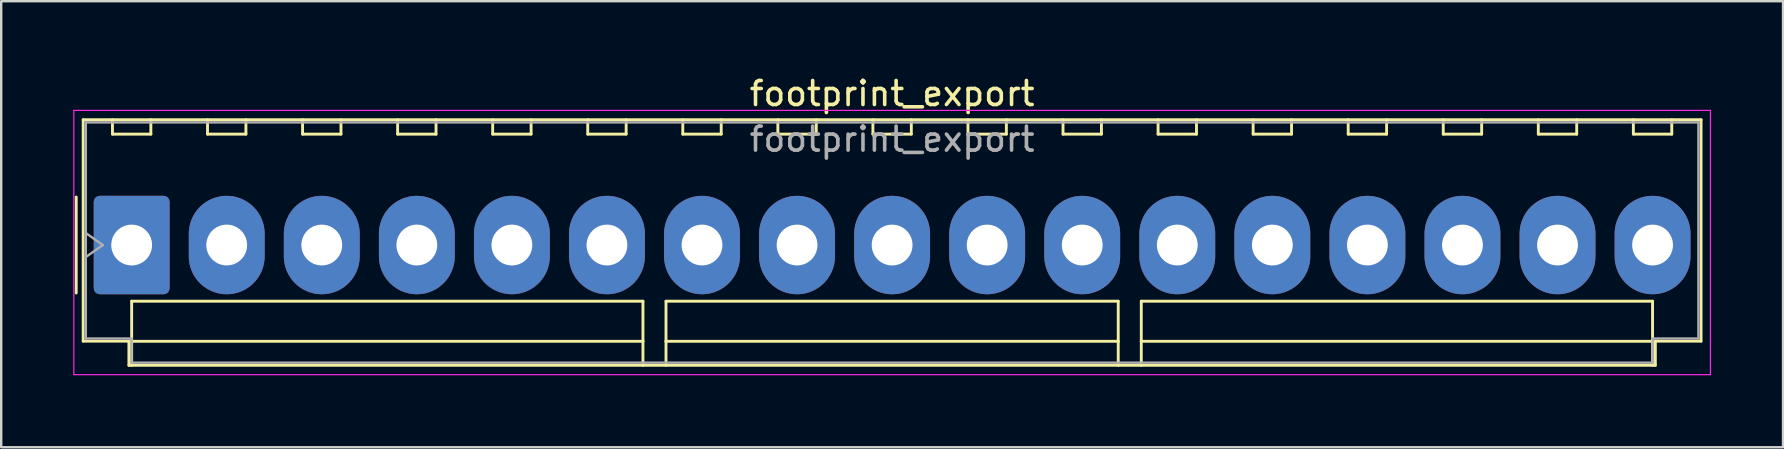
<source format=kicad_pcb>
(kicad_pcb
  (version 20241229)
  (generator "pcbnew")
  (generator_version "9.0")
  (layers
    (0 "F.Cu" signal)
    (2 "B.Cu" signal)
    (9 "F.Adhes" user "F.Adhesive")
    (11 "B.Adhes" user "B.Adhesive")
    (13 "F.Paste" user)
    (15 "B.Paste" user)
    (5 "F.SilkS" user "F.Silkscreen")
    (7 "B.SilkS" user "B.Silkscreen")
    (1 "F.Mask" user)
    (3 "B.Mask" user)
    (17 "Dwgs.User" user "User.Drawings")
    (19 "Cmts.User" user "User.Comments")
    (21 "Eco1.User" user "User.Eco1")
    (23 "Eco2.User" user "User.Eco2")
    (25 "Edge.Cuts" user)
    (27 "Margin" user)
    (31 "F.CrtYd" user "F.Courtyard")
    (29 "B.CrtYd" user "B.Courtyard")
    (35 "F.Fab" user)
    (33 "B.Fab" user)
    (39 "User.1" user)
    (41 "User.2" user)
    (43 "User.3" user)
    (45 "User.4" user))
  (footprint "footprint_export"
    (layer "F.Cu")
    (at 2.435 7.158)
    (property "Reference" "footprint_export" (at 31.68 -6.31 0) (layer "F.SilkS") (effects (font (size 1 1) (thickness 0.15))))
    (attr through_hole)
    (fp_line (start -2.31 -2) (end -2.31 2) (stroke (width 0.12) (type solid)) (layer "F.SilkS"))
    (fp_line (start -2.02 -5.22) (end 65.38 -5.22) (stroke (width 0.12) (type solid)) (layer "F.SilkS"))
    (fp_line (start -2.02 4.005) (end -2.02 -5.22) (stroke (width 0.12) (type solid)) (layer "F.SilkS"))
    (fp_line (start -0.8 -5.22) (end -0.8 -4.62) (stroke (width 0.12) (type solid)) (layer "F.SilkS"))
    (fp_line (start -0.8 -4.62) (end 0.8 -4.62) (stroke (width 0.12) (type solid)) (layer "F.SilkS"))
    (fp_line (start -0.115 4.005) (end -2.02 4.005) (stroke (width 0.12) (type solid)) (layer "F.SilkS"))
    (fp_line (start -0.115 5.01) (end -0.115 4.005) (stroke (width 0.12) (type solid)) (layer "F.SilkS"))
    (fp_line (start 0 2.34) (end 21.3 2.34) (stroke (width 0.12) (type solid)) (layer "F.SilkS"))
    (fp_line (start 0 4.01) (end 0 2.34) (stroke (width 0.12) (type solid)) (layer "F.SilkS"))
    (fp_line (start 0 4.01) (end 21.3 4.01) (stroke (width 0.12) (type solid)) (layer "F.SilkS"))
    (fp_line (start 0 5.01) (end 0 4.01) (stroke (width 0.12) (type solid)) (layer "F.SilkS"))
    (fp_line (start 0.8 -4.62) (end 0.8 -5.22) (stroke (width 0.12) (type solid)) (layer "F.SilkS"))
    (fp_line (start 3.16 -5.22) (end 3.16 -4.62) (stroke (width 0.12) (type solid)) (layer "F.SilkS"))
    (fp_line (start 3.16 -4.62) (end 4.76 -4.62) (stroke (width 0.12) (type solid)) (layer "F.SilkS"))
    (fp_line (start 4.76 -4.62) (end 4.76 -5.22) (stroke (width 0.12) (type solid)) (layer "F.SilkS"))
    (fp_line (start 7.12 -5.22) (end 7.12 -4.62) (stroke (width 0.12) (type solid)) (layer "F.SilkS"))
    (fp_line (start 7.12 -4.62) (end 8.72 -4.62) (stroke (width 0.12) (type solid)) (layer "F.SilkS"))
    (fp_line (start 8.72 -4.62) (end 8.72 -5.22) (stroke (width 0.12) (type solid)) (layer "F.SilkS"))
    (fp_line (start 11.08 -5.22) (end 11.08 -4.62) (stroke (width 0.12) (type solid)) (layer "F.SilkS"))
    (fp_line (start 11.08 -4.62) (end 12.68 -4.62) (stroke (width 0.12) (type solid)) (layer "F.SilkS"))
    (fp_line (start 12.68 -4.62) (end 12.68 -5.22) (stroke (width 0.12) (type solid)) (layer "F.SilkS"))
    (fp_line (start 15.04 -5.22) (end 15.04 -4.62) (stroke (width 0.12) (type solid)) (layer "F.SilkS"))
    (fp_line (start 15.04 -4.62) (end 16.64 -4.62) (stroke (width 0.12) (type solid)) (layer "F.SilkS"))
    (fp_line (start 16.64 -4.62) (end 16.64 -5.22) (stroke (width 0.12) (type solid)) (layer "F.SilkS"))
    (fp_line (start 19 -5.22) (end 19 -4.62) (stroke (width 0.12) (type solid)) (layer "F.SilkS"))
    (fp_line (start 19 -4.62) (end 20.6 -4.62) (stroke (width 0.12) (type solid)) (layer "F.SilkS"))
    (fp_line (start 20.6 -4.62) (end 20.6 -5.22) (stroke (width 0.12) (type solid)) (layer "F.SilkS"))
    (fp_line (start 21.3 2.34) (end 21.3 4.01) (stroke (width 0.12) (type solid)) (layer "F.SilkS"))
    (fp_line (start 21.3 4.01) (end 21.3 5.01) (stroke (width 0.12) (type solid)) (layer "F.SilkS"))
    (fp_line (start 22.26 2.34) (end 41.1 2.34) (stroke (width 0.12) (type solid)) (layer "F.SilkS"))
    (fp_line (start 22.26 4.01) (end 22.26 2.34) (stroke (width 0.12) (type solid)) (layer "F.SilkS"))
    (fp_line (start 22.26 4.01) (end 41.1 4.01) (stroke (width 0.12) (type solid)) (layer "F.SilkS"))
    (fp_line (start 22.26 5.01) (end 22.26 4.01) (stroke (width 0.12) (type solid)) (layer "F.SilkS"))
    (fp_line (start 22.96 -5.22) (end 22.96 -4.62) (stroke (width 0.12) (type solid)) (layer "F.SilkS"))
    (fp_line (start 22.96 -4.62) (end 24.56 -4.62) (stroke (width 0.12) (type solid)) (layer "F.SilkS"))
    (fp_line (start 24.56 -4.62) (end 24.56 -5.22) (stroke (width 0.12) (type solid)) (layer "F.SilkS"))
    (fp_line (start 26.92 -5.22) (end 26.92 -4.62) (stroke (width 0.12) (type solid)) (layer "F.SilkS"))
    (fp_line (start 26.92 -4.62) (end 28.52 -4.62) (stroke (width 0.12) (type solid)) (layer "F.SilkS"))
    (fp_line (start 28.52 -4.62) (end 28.52 -5.22) (stroke (width 0.12) (type solid)) (layer "F.SilkS"))
    (fp_line (start 30.88 -5.22) (end 30.88 -4.62) (stroke (width 0.12) (type solid)) (layer "F.SilkS"))
    (fp_line (start 30.88 -4.62) (end 32.48 -4.62) (stroke (width 0.12) (type solid)) (layer "F.SilkS"))
    (fp_line (start 32.48 -4.62) (end 32.48 -5.22) (stroke (width 0.12) (type solid)) (layer "F.SilkS"))
    (fp_line (start 34.84 -5.22) (end 34.84 -4.62) (stroke (width 0.12) (type solid)) (layer "F.SilkS"))
    (fp_line (start 34.84 -4.62) (end 36.44 -4.62) (stroke (width 0.12) (type solid)) (layer "F.SilkS"))
    (fp_line (start 36.44 -4.62) (end 36.44 -5.22) (stroke (width 0.12) (type solid)) (layer "F.SilkS"))
    (fp_line (start 38.8 -5.22) (end 38.8 -4.62) (stroke (width 0.12) (type solid)) (layer "F.SilkS"))
    (fp_line (start 38.8 -4.62) (end 40.4 -4.62) (stroke (width 0.12) (type solid)) (layer "F.SilkS"))
    (fp_line (start 40.4 -4.62) (end 40.4 -5.22) (stroke (width 0.12) (type solid)) (layer "F.SilkS"))
    (fp_line (start 41.1 2.34) (end 41.1 4.01) (stroke (width 0.12) (type solid)) (layer "F.SilkS"))
    (fp_line (start 41.1 4.01) (end 41.1 5.01) (stroke (width 0.12) (type solid)) (layer "F.SilkS"))
    (fp_line (start 42.06 2.34) (end 63.36 2.34) (stroke (width 0.12) (type solid)) (layer "F.SilkS"))
    (fp_line (start 42.06 4.01) (end 42.06 2.34) (stroke (width 0.12) (type solid)) (layer "F.SilkS"))
    (fp_line (start 42.06 4.01) (end 63.36 4.01) (stroke (width 0.12) (type solid)) (layer "F.SilkS"))
    (fp_line (start 42.06 5.01) (end 42.06 4.01) (stroke (width 0.12) (type solid)) (layer "F.SilkS"))
    (fp_line (start 42.76 -5.22) (end 42.76 -4.62) (stroke (width 0.12) (type solid)) (layer "F.SilkS"))
    (fp_line (start 42.76 -4.62) (end 44.36 -4.62) (stroke (width 0.12) (type solid)) (layer "F.SilkS"))
    (fp_line (start 44.36 -4.62) (end 44.36 -5.22) (stroke (width 0.12) (type solid)) (layer "F.SilkS"))
    (fp_line (start 46.72 -5.22) (end 46.72 -4.62) (stroke (width 0.12) (type solid)) (layer "F.SilkS"))
    (fp_line (start 46.72 -4.62) (end 48.32 -4.62) (stroke (width 0.12) (type solid)) (layer "F.SilkS"))
    (fp_line (start 48.32 -4.62) (end 48.32 -5.22) (stroke (width 0.12) (type solid)) (layer "F.SilkS"))
    (fp_line (start 50.68 -5.22) (end 50.68 -4.62) (stroke (width 0.12) (type solid)) (layer "F.SilkS"))
    (fp_line (start 50.68 -4.62) (end 52.28 -4.62) (stroke (width 0.12) (type solid)) (layer "F.SilkS"))
    (fp_line (start 52.28 -4.62) (end 52.28 -5.22) (stroke (width 0.12) (type solid)) (layer "F.SilkS"))
    (fp_line (start 54.64 -5.22) (end 54.64 -4.62) (stroke (width 0.12) (type solid)) (layer "F.SilkS"))
    (fp_line (start 54.64 -4.62) (end 56.24 -4.62) (stroke (width 0.12) (type solid)) (layer "F.SilkS"))
    (fp_line (start 56.24 -4.62) (end 56.24 -5.22) (stroke (width 0.12) (type solid)) (layer "F.SilkS"))
    (fp_line (start 58.6 -5.22) (end 58.6 -4.62) (stroke (width 0.12) (type solid)) (layer "F.SilkS"))
    (fp_line (start 58.6 -4.62) (end 60.2 -4.62) (stroke (width 0.12) (type solid)) (layer "F.SilkS"))
    (fp_line (start 60.2 -4.62) (end 60.2 -5.22) (stroke (width 0.12) (type solid)) (layer "F.SilkS"))
    (fp_line (start 62.56 -5.22) (end 62.56 -4.62) (stroke (width 0.12) (type solid)) (layer "F.SilkS"))
    (fp_line (start 62.56 -4.62) (end 64.16 -4.62) (stroke (width 0.12) (type solid)) (layer "F.SilkS"))
    (fp_line (start 63.36 2.34) (end 63.36 4.01) (stroke (width 0.12) (type solid)) (layer "F.SilkS"))
    (fp_line (start 63.36 4.01) (end 63.36 5.01) (stroke (width 0.12) (type solid)) (layer "F.SilkS"))
    (fp_line (start 63.475 4.005) (end 63.475 5.01) (stroke (width 0.12) (type solid)) (layer "F.SilkS"))
    (fp_line (start 63.475 5.01) (end -0.115 5.01) (stroke (width 0.12) (type solid)) (layer "F.SilkS"))
    (fp_line (start 64.16 -4.62) (end 64.16 -5.22) (stroke (width 0.12) (type solid)) (layer "F.SilkS"))
    (fp_line (start 65.38 -5.22) (end 65.38 4.005) (stroke (width 0.12) (type solid)) (layer "F.SilkS"))
    (fp_line (start 65.38 4.005) (end 63.475 4.005) (stroke (width 0.12) (type solid)) (layer "F.SilkS"))
    (fp_line (start -2.41 -5.61) (end -2.41 5.4) (stroke (width 0.05) (type solid)) (layer "F.CrtYd"))
    (fp_line (start -2.41 5.4) (end 65.77 5.4) (stroke (width 0.05) (type solid)) (layer "F.CrtYd"))
    (fp_line (start 65.77 -5.61) (end -2.41 -5.61) (stroke (width 0.05) (type solid)) (layer "F.CrtYd"))
    (fp_line (start 65.77 5.4) (end 65.77 -5.61) (stroke (width 0.05) (type solid)) (layer "F.CrtYd"))
    (fp_line (start -1.91 -5.11) (end 65.27 -5.11) (stroke (width 0.1) (type solid)) (layer "F.Fab"))
    (fp_line (start -1.91 -0.5) (end -1.203 0) (stroke (width 0.1) (type solid)) (layer "F.Fab"))
    (fp_line (start -1.91 3.895) (end -1.91 -5.11) (stroke (width 0.1) (type solid)) (layer "F.Fab"))
    (fp_line (start -1.203 0) (end -1.91 0.5) (stroke (width 0.1) (type solid)) (layer "F.Fab"))
    (fp_line (start -0.005 3.895) (end -1.91 3.895) (stroke (width 0.1) (type solid)) (layer "F.Fab"))
    (fp_line (start -0.005 4.9) (end -0.005 3.895) (stroke (width 0.1) (type solid)) (layer "F.Fab"))
    (fp_line (start 63.365 3.895) (end 63.365 4.9) (stroke (width 0.1) (type solid)) (layer "F.Fab"))
    (fp_line (start 63.365 4.9) (end -0.005 4.9) (stroke (width 0.1) (type solid)) (layer "F.Fab"))
    (fp_line (start 65.27 -5.11) (end 65.27 3.895) (stroke (width 0.1) (type solid)) (layer "F.Fab"))
    (fp_line (start 65.27 3.895) (end 63.365 3.895) (stroke (width 0.1) (type solid)) (layer "F.Fab"))
    (fp_text user "${REFERENCE}" (at 31.68 -4.41 0) (layer "F.Fab") (effects (font (size 1 1) (thickness 0.15))))
    (pad "1" thru_hole roundrect (at 0 0) (size 3.16 4.1) (drill 1.7) (layers "*.Cu" "*.Mask") (roundrect_rratio 0.079))
    (pad "2" thru_hole oval (at 3.96 0) (size 3.16 4.1) (drill 1.7) (layers "*.Cu" "*.Mask"))
    (pad "3" thru_hole oval (at 7.92 0) (size 3.16 4.1) (drill 1.7) (layers "*.Cu" "*.Mask"))
    (pad "4" thru_hole oval (at 11.88 0) (size 3.16 4.1) (drill 1.7) (layers "*.Cu" "*.Mask"))
    (pad "5" thru_hole oval (at 15.84 0) (size 3.16 4.1) (drill 1.7) (layers "*.Cu" "*.Mask"))
    (pad "6" thru_hole oval (at 19.8 0) (size 3.16 4.1) (drill 1.7) (layers "*.Cu" "*.Mask"))
    (pad "7" thru_hole oval (at 23.76 0) (size 3.16 4.1) (drill 1.7) (layers "*.Cu" "*.Mask"))
    (pad "8" thru_hole oval (at 27.72 0) (size 3.16 4.1) (drill 1.7) (layers "*.Cu" "*.Mask"))
    (pad "9" thru_hole oval (at 31.68 0) (size 3.16 4.1) (drill 1.7) (layers "*.Cu" "*.Mask"))
    (pad "10" thru_hole oval (at 35.64 0) (size 3.16 4.1) (drill 1.7) (layers "*.Cu" "*.Mask"))
    (pad "11" thru_hole oval (at 39.6 0) (size 3.16 4.1) (drill 1.7) (layers "*.Cu" "*.Mask"))
    (pad "12" thru_hole oval (at 43.56 0) (size 3.16 4.1) (drill 1.7) (layers "*.Cu" "*.Mask"))
    (pad "13" thru_hole oval (at 47.52 0) (size 3.16 4.1) (drill 1.7) (layers "*.Cu" "*.Mask"))
    (pad "14" thru_hole oval (at 51.48 0) (size 3.16 4.1) (drill 1.7) (layers "*.Cu" "*.Mask"))
    (pad "15" thru_hole oval (at 55.44 0) (size 3.16 4.1) (drill 1.7) (layers "*.Cu" "*.Mask"))
    (pad "16" thru_hole oval (at 59.4 0) (size 3.16 4.1) (drill 1.7) (layers "*.Cu" "*.Mask"))
    (pad "17" thru_hole oval (at 63.36 0) (size 3.16 4.1) (drill 1.7) (layers "*.Cu" "*.Mask")))
  (gr_rect
    (start -3 -3)
    (end 71.23 15.583)
    (stroke (width 0.1) (type default))
    (fill no)
    (layer "Edge.Cuts")))
</source>
